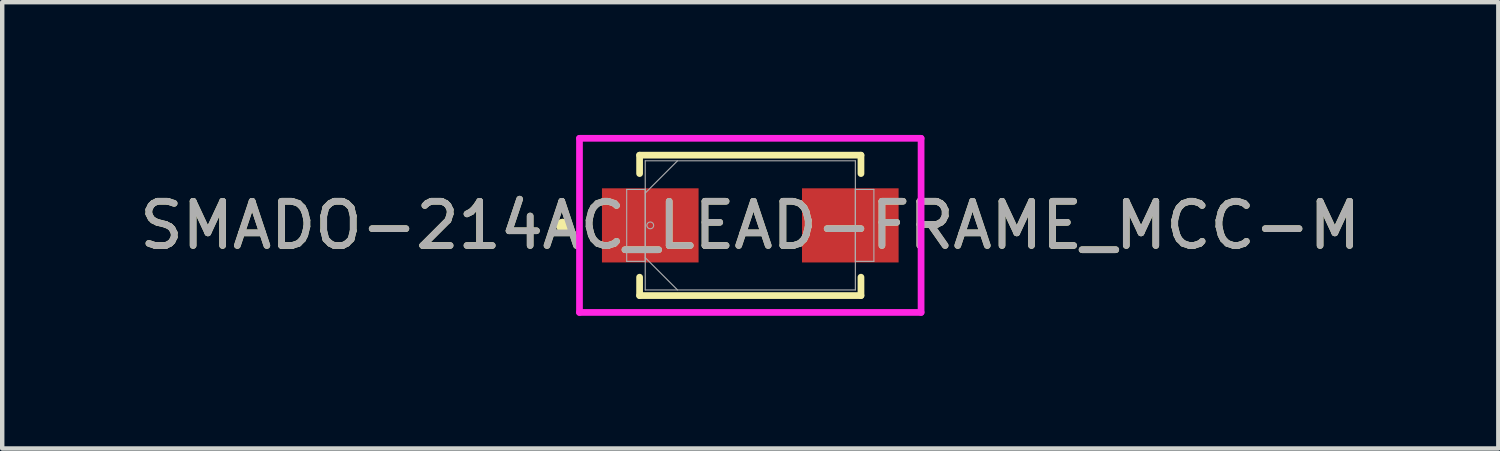
<source format=kicad_pcb>
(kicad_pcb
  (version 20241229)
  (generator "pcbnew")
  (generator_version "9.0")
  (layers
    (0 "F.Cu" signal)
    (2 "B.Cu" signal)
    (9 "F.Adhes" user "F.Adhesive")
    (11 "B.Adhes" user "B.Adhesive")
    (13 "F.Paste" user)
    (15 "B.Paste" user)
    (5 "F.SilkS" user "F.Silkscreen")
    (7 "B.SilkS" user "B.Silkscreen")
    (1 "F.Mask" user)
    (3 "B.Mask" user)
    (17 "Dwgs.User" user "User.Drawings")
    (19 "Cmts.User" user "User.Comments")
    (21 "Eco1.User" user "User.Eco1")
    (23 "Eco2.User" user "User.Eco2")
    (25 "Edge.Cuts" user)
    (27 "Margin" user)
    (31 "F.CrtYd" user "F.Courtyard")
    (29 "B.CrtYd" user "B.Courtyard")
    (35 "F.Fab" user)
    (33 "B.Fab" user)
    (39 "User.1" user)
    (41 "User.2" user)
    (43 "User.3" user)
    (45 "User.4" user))
  (footprint "SMADO-214AC_LEAD-FRAME_MCC-M"
    (layer "F.Cu")
    (at 13.911 2.045)
    (property "Reference" "SMADO-214AC_LEAD-FRAME_MCC-M" (at 0 0 0) (unlocked yes) (layer "F.SilkS") (effects (font (size 1 1) (thickness 0.15))))
    (attr smd)
    (fp_line (start -2.502 -1.587) (end -2.502 -1.171) (stroke (width 0.152) (type solid)) (layer "F.SilkS"))
    (fp_line (start -2.502 1.171) (end -2.502 1.587) (stroke (width 0.152) (type solid)) (layer "F.SilkS"))
    (fp_line (start -2.502 1.587) (end 2.502 1.587) (stroke (width 0.152) (type solid)) (layer "F.SilkS"))
    (fp_line (start 2.502 -1.587) (end -2.502 -1.587) (stroke (width 0.152) (type solid)) (layer "F.SilkS"))
    (fp_line (start 2.502 -1.171) (end 2.502 -1.587) (stroke (width 0.152) (type solid)) (layer "F.SilkS"))
    (fp_line (start 2.502 1.587) (end 2.502 1.171) (stroke (width 0.152) (type solid)) (layer "F.SilkS"))
    (fp_circle (center -4.242 0) (end -4.166 0) (stroke (width 0.152) (type solid)) (fill no) (layer "F.SilkS"))
    (fp_line (start -3.861 -1.968) (end 3.861 -1.968) (stroke (width 0.152) (type solid)) (layer "F.CrtYd"))
    (fp_line (start -3.861 1.968) (end -3.861 -1.968) (stroke (width 0.152) (type solid)) (layer "F.CrtYd"))
    (fp_line (start 3.861 -1.968) (end 3.861 1.968) (stroke (width 0.152) (type solid)) (layer "F.CrtYd"))
    (fp_line (start 3.861 1.968) (end -3.861 1.968) (stroke (width 0.152) (type solid)) (layer "F.CrtYd"))
    (fp_line (start -2.794 -0.813) (end -2.794 0.813) (stroke (width 0.025) (type solid)) (layer "F.Fab"))
    (fp_line (start -2.794 0.813) (end -2.375 0.813) (stroke (width 0.025) (type solid)) (layer "F.Fab"))
    (fp_line (start -2.375 -1.46) (end -2.375 1.46) (stroke (width 0.025) (type solid)) (layer "F.Fab"))
    (fp_line (start -2.375 -0.813) (end -2.794 -0.813) (stroke (width 0.025) (type solid)) (layer "F.Fab"))
    (fp_line (start -2.375 -0.73) (end -1.645 -1.46) (stroke (width 0.025) (type solid)) (layer "F.Fab"))
    (fp_line (start -2.375 0.73) (end -1.645 1.46) (stroke (width 0.025) (type solid)) (layer "F.Fab"))
    (fp_line (start -2.375 0.813) (end -2.375 -0.813) (stroke (width 0.025) (type solid)) (layer "F.Fab"))
    (fp_line (start -2.375 1.46) (end 2.375 1.46) (stroke (width 0.025) (type solid)) (layer "F.Fab"))
    (fp_line (start 2.375 -1.46) (end -2.375 -1.46) (stroke (width 0.025) (type solid)) (layer "F.Fab"))
    (fp_line (start 2.375 -0.813) (end 2.375 0.813) (stroke (width 0.025) (type solid)) (layer "F.Fab"))
    (fp_line (start 2.375 0.813) (end 2.794 0.813) (stroke (width 0.025) (type solid)) (layer "F.Fab"))
    (fp_line (start 2.375 1.46) (end 2.375 -1.46) (stroke (width 0.025) (type solid)) (layer "F.Fab"))
    (fp_line (start 2.794 -0.813) (end 2.375 -0.813) (stroke (width 0.025) (type solid)) (layer "F.Fab"))
    (fp_line (start 2.794 0.813) (end 2.794 -0.813) (stroke (width 0.025) (type solid)) (layer "F.Fab"))
    (fp_circle (center -2.261 0) (end -2.184 0) (stroke (width 0.025) (type solid)) (fill no) (layer "F.Fab"))
    (fp_text user "${REFERENCE}" (at 0 0 0) (unlocked yes) (layer "F.Fab") (effects (font (size 1 1) (thickness 0.15))))
    (pad "1" smd rect (at -2.261 0) (size 2.184 1.676) (layers "F.Cu" "F.Mask" "F.Paste"))
    (pad "2" smd rect (at 2.261 0) (size 2.184 1.676) (layers "F.Cu" "F.Mask" "F.Paste"))
    (zone (net_name "") (layer "F.Cu") (hatch full 0.508) (connect_pads) (min_thickness 0.254) (filled_areas_thickness no) (keepout (tracks not_allowed) (vias not_allowed) (pads allowed) (copperpour not_allowed) (footprints allowed)) (placement (enabled no)) (fill) (polygon (pts (xy 12.793 0.635) (xy 15.028 0.635) (xy 15.028 3.454) (xy 12.793 3.454)))))
  (gr_rect
    (start -3 -3)
    (end 30.821 7.089)
    (stroke (width 0.1) (type default))
    (fill no)
    (layer "Edge.Cuts")))
</source>
